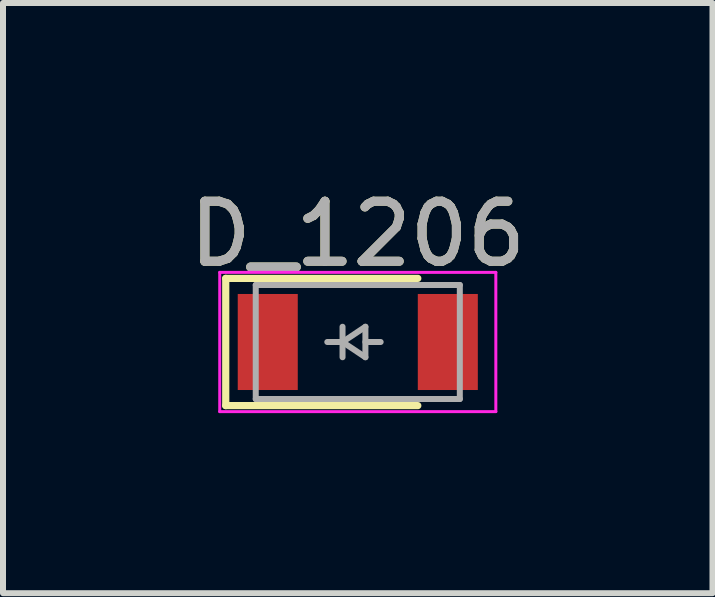
<source format=kicad_pcb>
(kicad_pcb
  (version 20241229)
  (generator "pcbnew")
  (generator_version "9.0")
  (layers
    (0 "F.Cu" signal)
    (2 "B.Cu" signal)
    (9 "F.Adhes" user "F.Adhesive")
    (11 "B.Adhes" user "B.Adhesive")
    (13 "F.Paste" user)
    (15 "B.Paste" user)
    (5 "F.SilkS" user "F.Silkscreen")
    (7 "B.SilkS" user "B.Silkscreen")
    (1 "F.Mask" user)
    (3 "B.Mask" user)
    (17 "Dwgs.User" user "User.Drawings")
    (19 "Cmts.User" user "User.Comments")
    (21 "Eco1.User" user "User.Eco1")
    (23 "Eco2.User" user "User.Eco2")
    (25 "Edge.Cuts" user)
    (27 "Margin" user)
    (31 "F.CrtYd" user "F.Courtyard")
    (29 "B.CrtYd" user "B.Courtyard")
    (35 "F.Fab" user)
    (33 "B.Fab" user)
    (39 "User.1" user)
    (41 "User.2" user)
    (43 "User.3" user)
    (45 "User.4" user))
  (footprint "D_1206"
    (layer "F.Cu")
    (at 2.911 2.648)
    (property "Reference" "D_1206" (at 0 -1.8 0) (layer "F.SilkS") (effects (font (size 1 1) (thickness 0.15))))
    (attr smd)
    (fp_line (start -2.2 -1.06) (end -2.2 1.06) (stroke (width 0.12) (type solid)) (layer "F.SilkS"))
    (fp_line (start -2.2 1.06) (end 1 1.06) (stroke (width 0.12) (type solid)) (layer "F.SilkS"))
    (fp_line (start 1 -1.06) (end -2.2 -1.06) (stroke (width 0.12) (type solid)) (layer "F.SilkS"))
    (fp_line (start -2.3 -1.16) (end -2.3 1.16) (stroke (width 0.05) (type solid)) (layer "F.CrtYd"))
    (fp_line (start -2.3 -1.16) (end 2.3 -1.16) (stroke (width 0.05) (type solid)) (layer "F.CrtYd"))
    (fp_line (start -2.3 1.16) (end 2.3 1.16) (stroke (width 0.05) (type solid)) (layer "F.CrtYd"))
    (fp_line (start 2.3 -1.16) (end 2.3 1.16) (stroke (width 0.05) (type solid)) (layer "F.CrtYd"))
    (fp_line (start -1.7 -0.95) (end 1.7 -0.95) (stroke (width 0.1) (type solid)) (layer "F.Fab"))
    (fp_line (start -1.7 0.95) (end -1.7 -0.95) (stroke (width 0.1) (type solid)) (layer "F.Fab"))
    (fp_line (start -0.254 -0.254) (end -0.254 0.254) (stroke (width 0.1) (type solid)) (layer "F.Fab"))
    (fp_line (start -0.254 0) (end -0.508 0) (stroke (width 0.1) (type solid)) (layer "F.Fab"))
    (fp_line (start -0.254 0) (end 0.127 -0.254) (stroke (width 0.1) (type solid)) (layer "F.Fab"))
    (fp_line (start 0.127 -0.254) (end 0.127 0.254) (stroke (width 0.1) (type solid)) (layer "F.Fab"))
    (fp_line (start 0.127 0) (end 0.381 0) (stroke (width 0.1) (type solid)) (layer "F.Fab"))
    (fp_line (start 0.127 0.254) (end -0.254 0) (stroke (width 0.1) (type solid)) (layer "F.Fab"))
    (fp_line (start 1.7 -0.95) (end 1.7 0.95) (stroke (width 0.1) (type solid)) (layer "F.Fab"))
    (fp_line (start 1.7 0.95) (end -1.7 0.95) (stroke (width 0.1) (type solid)) (layer "F.Fab"))
    (fp_text user "${REFERENCE}" (at 0 -1.8 0) (layer "F.Fab") (effects (font (size 1 1) (thickness 0.15))))
    (pad "1" smd rect (at -1.5 0) (size 1 1.6) (layers "F.Cu" "F.Mask" "F.Paste"))
    (pad "2" smd rect (at 1.5 0) (size 1 1.6) (layers "F.Cu" "F.Mask" "F.Paste")))
  (gr_rect
    (start -3 -3)
    (end 8.821 6.833)
    (stroke (width 0.1) (type default))
    (fill no)
    (layer "Edge.Cuts")))
</source>
